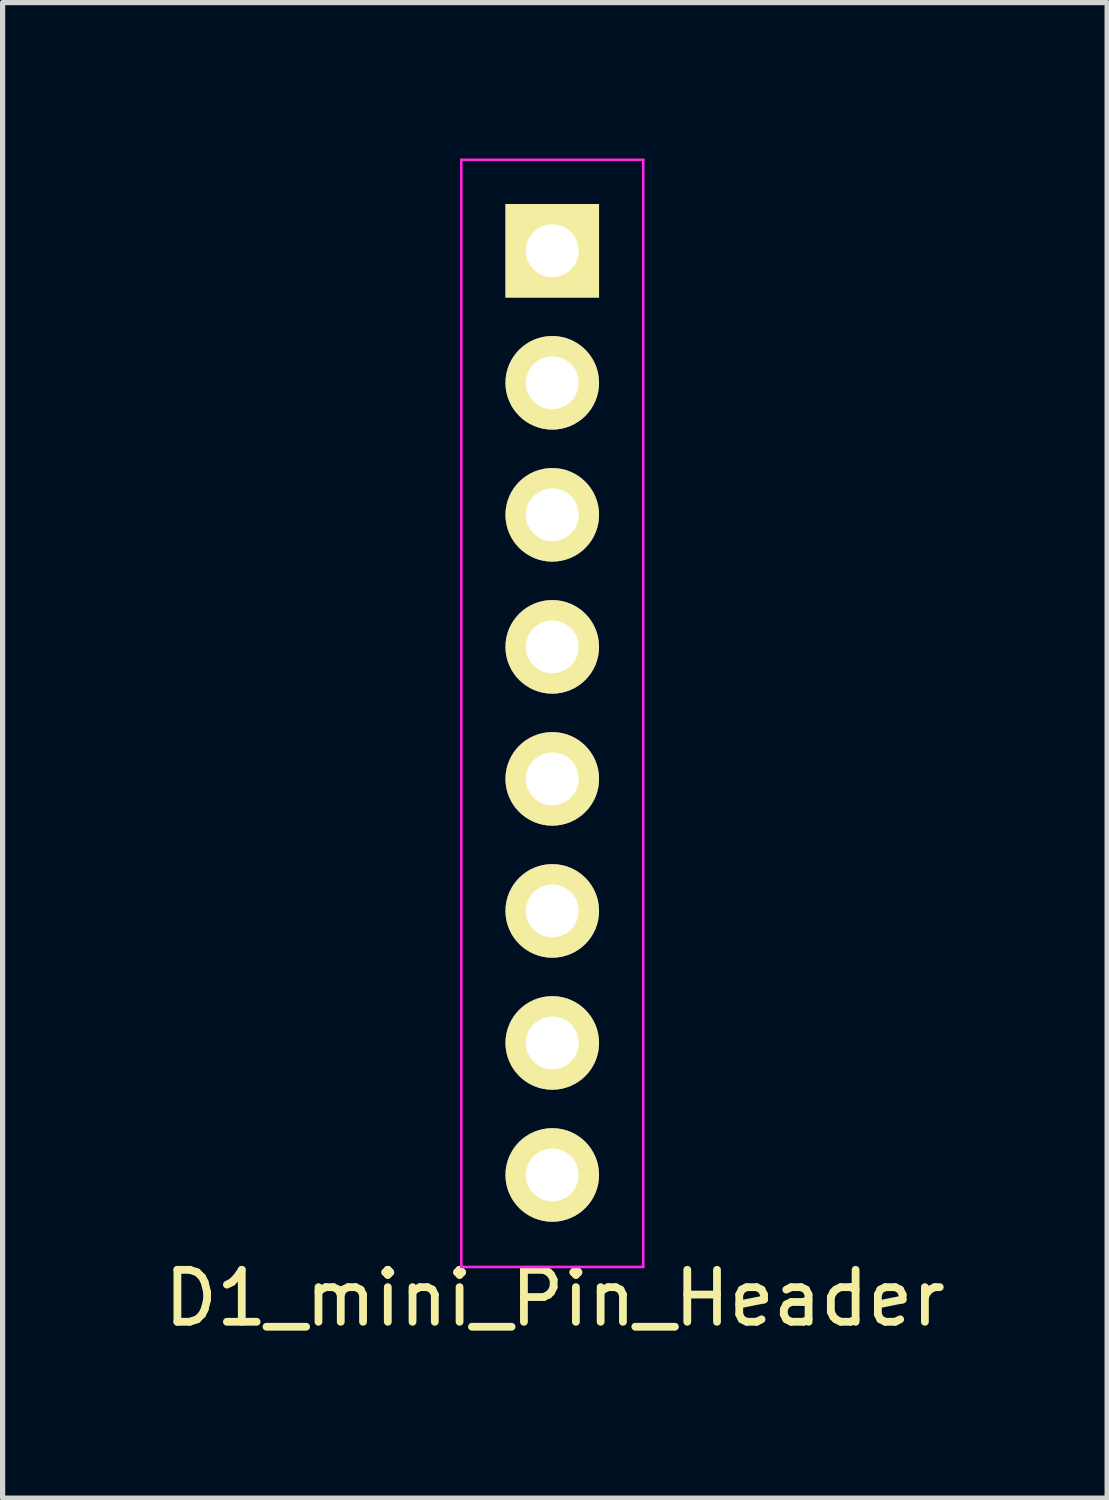
<source format=kicad_pcb>
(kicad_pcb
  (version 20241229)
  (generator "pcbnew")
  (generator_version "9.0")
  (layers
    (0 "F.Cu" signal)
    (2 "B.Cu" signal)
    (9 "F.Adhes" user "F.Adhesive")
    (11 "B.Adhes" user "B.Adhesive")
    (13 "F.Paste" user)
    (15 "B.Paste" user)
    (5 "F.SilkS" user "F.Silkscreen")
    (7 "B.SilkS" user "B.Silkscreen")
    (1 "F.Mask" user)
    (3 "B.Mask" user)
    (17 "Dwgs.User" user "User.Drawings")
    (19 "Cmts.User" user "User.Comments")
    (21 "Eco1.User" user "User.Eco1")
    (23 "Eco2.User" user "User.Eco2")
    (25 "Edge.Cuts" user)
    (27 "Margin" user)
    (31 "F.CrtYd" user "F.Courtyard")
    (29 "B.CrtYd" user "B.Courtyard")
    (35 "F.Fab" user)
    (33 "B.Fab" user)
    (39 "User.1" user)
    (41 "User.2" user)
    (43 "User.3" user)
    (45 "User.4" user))
  (footprint "D1_mini_Pin_Header"
    (layer "F.Cu")
    (at 7.575 1.775)
    (property "Reference" "D1_mini_Pin_Header" (at 0.05 20.15 0) (layer "F.SilkS") (effects (font (size 1 1) (thickness 0.15))))
    (attr through_hole)
    (fp_line (start -1.75 -1.75) (end -1.75 19.55) (stroke (width 0.05) (type solid)) (layer "F.CrtYd"))
    (fp_line (start -1.75 -1.75) (end 1.75 -1.75) (stroke (width 0.05) (type solid)) (layer "F.CrtYd"))
    (fp_line (start -1.75 19.55) (end 1.75 19.55) (stroke (width 0.05) (type solid)) (layer "F.CrtYd"))
    (fp_line (start 1.75 -1.75) (end 1.75 19.55) (stroke (width 0.05) (type solid)) (layer "F.CrtYd"))
    (pad "1" thru_hole rect (at 0 0) (size 1.8 1.8) (drill 1.016) (layers "*.Cu" "*.Mask" "F.SilkS"))
    (pad "2" thru_hole oval (at 0 2.54) (size 1.8 1.8) (drill 1.016) (layers "*.Cu" "*.Mask" "F.SilkS"))
    (pad "3" thru_hole oval (at 0 5.08) (size 1.8 1.8) (drill 1.016) (layers "*.Cu" "*.Mask" "F.SilkS"))
    (pad "4" thru_hole oval (at 0 7.62) (size 1.8 1.8) (drill 1.016) (layers "*.Cu" "*.Mask" "F.SilkS"))
    (pad "5" thru_hole oval (at 0 10.16) (size 1.8 1.8) (drill 1.016) (layers "*.Cu" "*.Mask" "F.SilkS"))
    (pad "6" thru_hole oval (at 0 12.7) (size 1.8 1.8) (drill 1.016) (layers "*.Cu" "*.Mask" "F.SilkS"))
    (pad "7" thru_hole oval (at 0 15.24) (size 1.8 1.8) (drill 1.016) (layers "*.Cu" "*.Mask" "F.SilkS"))
    (pad "8" thru_hole oval (at 0 17.78) (size 1.8 1.8) (drill 1.016) (layers "*.Cu" "*.Mask" "F.SilkS")))
  (gr_rect
    (start -3 -3)
    (end 18.25 25.773)
    (stroke (width 0.1) (type default))
    (fill no)
    (layer "Edge.Cuts")))
</source>
